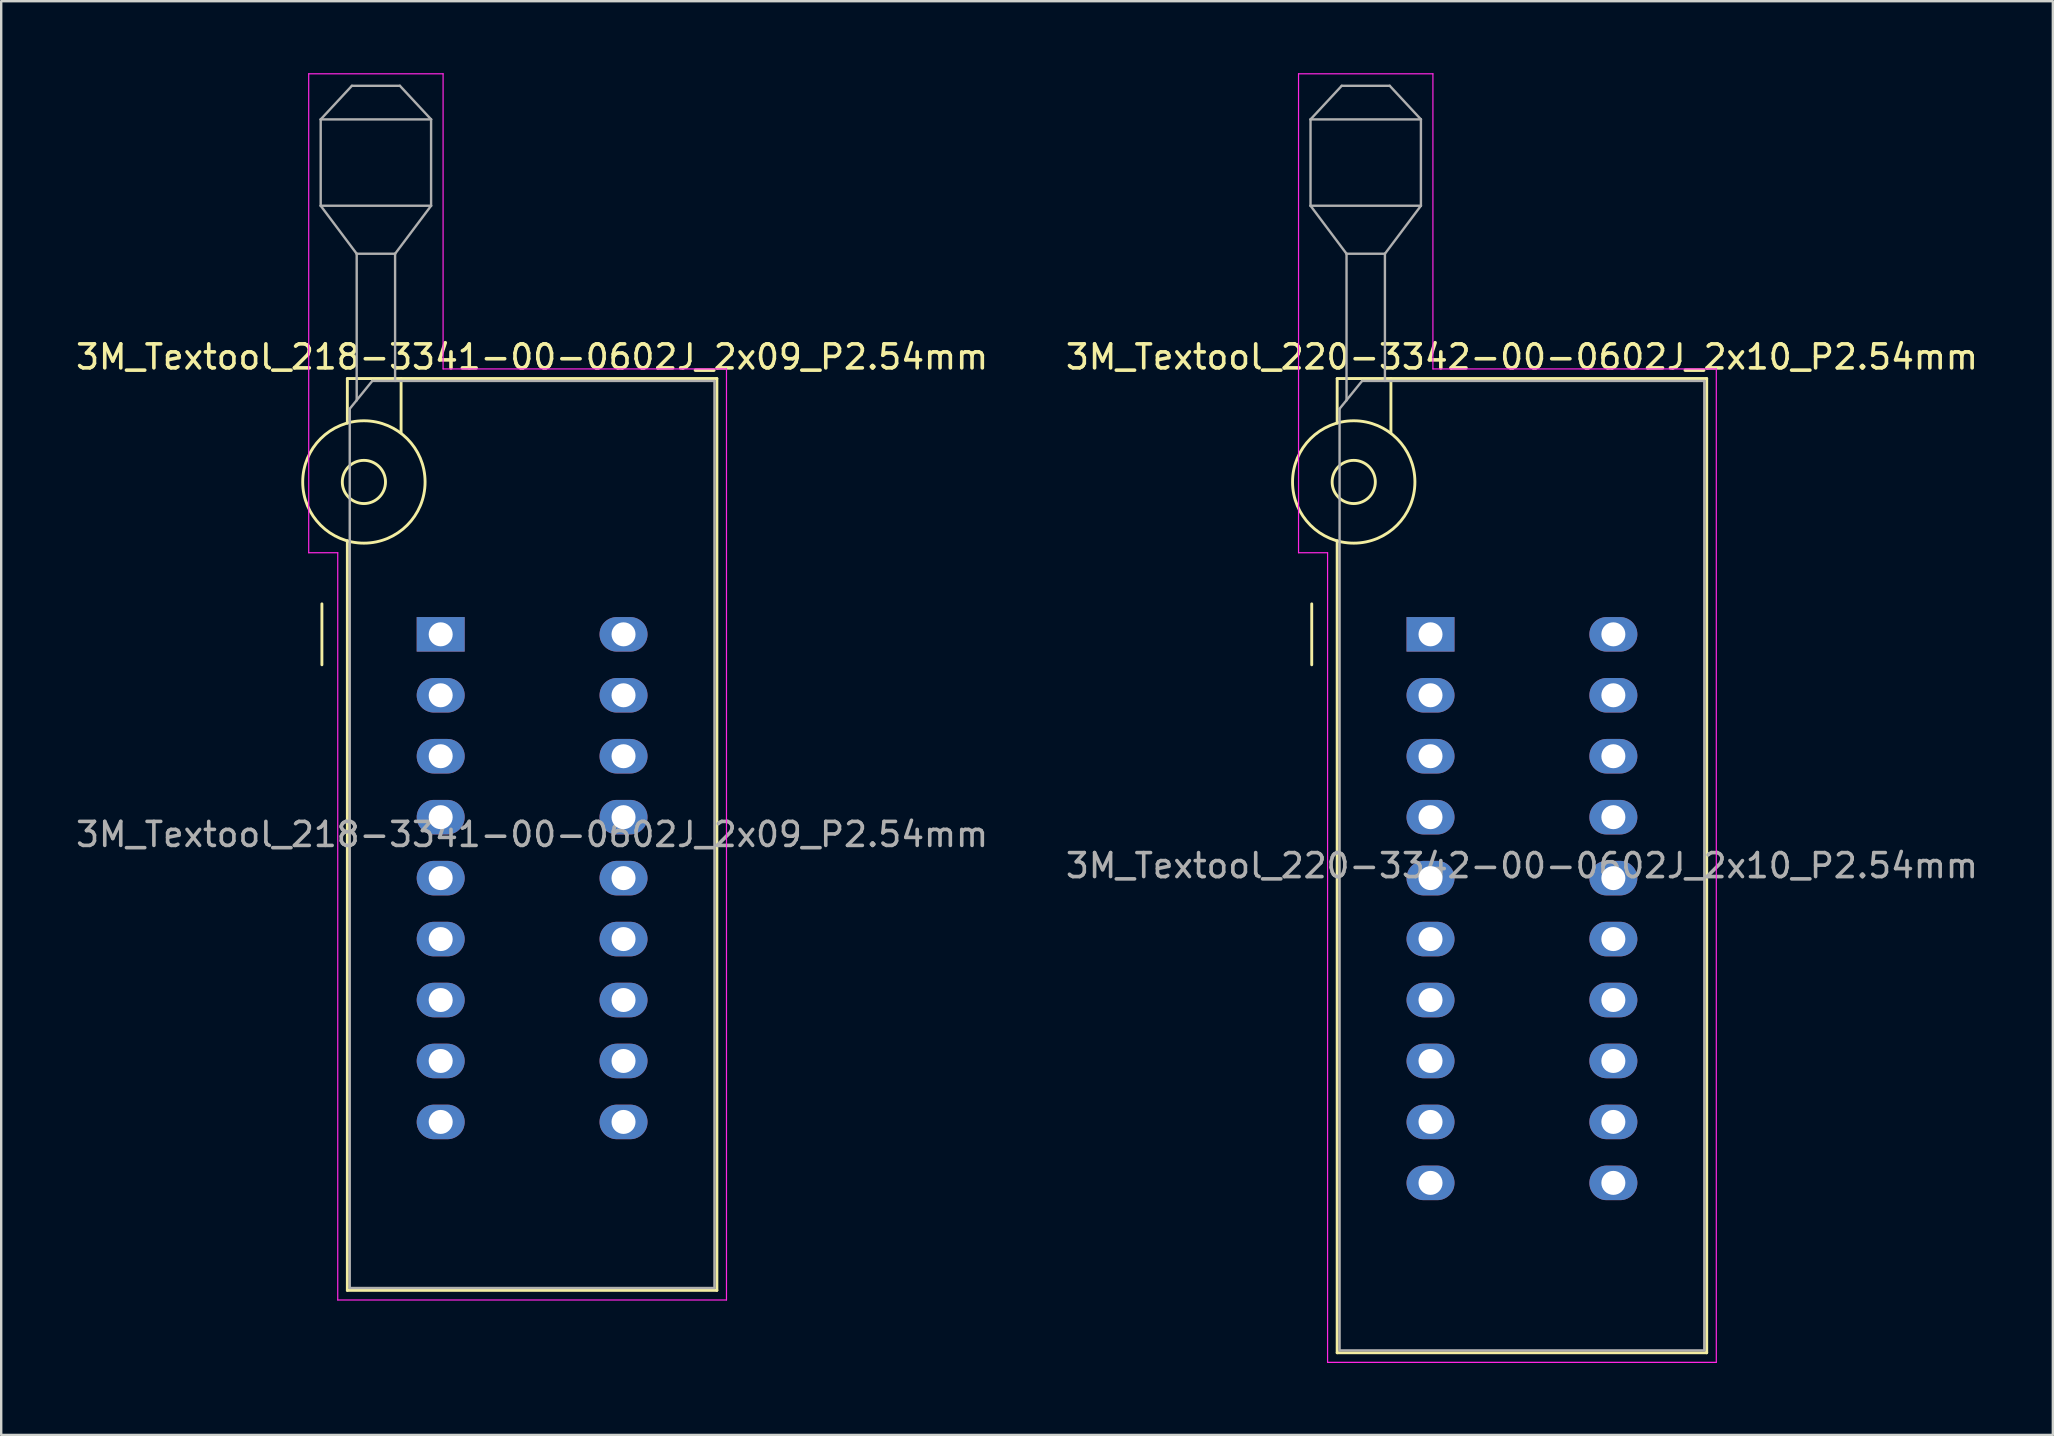
<source format=kicad_pcb>
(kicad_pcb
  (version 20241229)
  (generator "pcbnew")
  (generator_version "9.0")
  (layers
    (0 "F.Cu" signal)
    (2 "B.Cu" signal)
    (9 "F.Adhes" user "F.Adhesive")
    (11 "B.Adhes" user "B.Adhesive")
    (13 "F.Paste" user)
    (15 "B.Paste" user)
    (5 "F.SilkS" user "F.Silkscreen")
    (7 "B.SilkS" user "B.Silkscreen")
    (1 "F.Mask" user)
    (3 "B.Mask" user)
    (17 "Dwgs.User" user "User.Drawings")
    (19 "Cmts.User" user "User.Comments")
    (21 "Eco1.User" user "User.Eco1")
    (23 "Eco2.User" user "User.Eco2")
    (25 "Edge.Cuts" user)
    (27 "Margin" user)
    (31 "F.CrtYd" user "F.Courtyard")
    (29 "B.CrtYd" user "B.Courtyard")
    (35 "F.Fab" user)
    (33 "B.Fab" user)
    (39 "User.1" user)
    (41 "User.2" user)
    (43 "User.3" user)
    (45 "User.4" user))
  (footprint "3M_Textool_220-3342-00-0602J_2x10_P2.54mm"
    (layer "F.Cu")
    (at 56.565 23.385)
    (property "Reference" "3M_Textool_220-3342-00-0602J_2x10_P2.54mm" (at 3.81 -11.56 0) (layer "F.SilkS") (effects (font (size 1 1) (thickness 0.15))))
    (attr through_hole)
    (fp_line (start -4.95 1.27) (end -4.95 -1.27) (stroke (width 0.12) (type solid)) (layer "F.SilkS"))
    (fp_line (start -3.89 -10.66) (end -3.89 -8.8) (stroke (width 0.12) (type solid)) (layer "F.SilkS"))
    (fp_line (start -3.89 -3.9) (end -3.89 29.94) (stroke (width 0.12) (type solid)) (layer "F.SilkS"))
    (fp_line (start -3.89 29.94) (end 11.51 29.94) (stroke (width 0.12) (type solid)) (layer "F.SilkS"))
    (fp_line (start -1.65 -10.66) (end -1.65 -8.4) (stroke (width 0.12) (type solid)) (layer "F.SilkS"))
    (fp_line (start 11.51 -10.66) (end -3.89 -10.66) (stroke (width 0.12) (type solid)) (layer "F.SilkS"))
    (fp_line (start 11.51 29.94) (end 11.51 -10.66) (stroke (width 0.12) (type solid)) (layer "F.SilkS"))
    (fp_circle (center -3.2 -6.35) (end -2.3 -6.35) (stroke (width 0.12) (type solid)) (fill no) (layer "F.SilkS"))
    (fp_circle (center -3.2 -6.35) (end -0.65 -6.35) (stroke (width 0.12) (type solid)) (fill no) (layer "F.SilkS"))
    (fp_line (start -5.5 -23.36) (end 0.1 -23.36) (stroke (width 0.05) (type solid)) (layer "F.CrtYd"))
    (fp_line (start -5.5 -3.4) (end -5.5 -23.36) (stroke (width 0.05) (type solid)) (layer "F.CrtYd"))
    (fp_line (start -4.29 -3.4) (end -5.5 -3.4) (stroke (width 0.05) (type solid)) (layer "F.CrtYd"))
    (fp_line (start -4.29 30.34) (end -4.29 -3.4) (stroke (width 0.05) (type solid)) (layer "F.CrtYd"))
    (fp_line (start 0.1 -23.36) (end 0.1 -11.06) (stroke (width 0.05) (type solid)) (layer "F.CrtYd"))
    (fp_line (start 0.1 -11.06) (end 11.91 -11.06) (stroke (width 0.05) (type solid)) (layer "F.CrtYd"))
    (fp_line (start 11.91 -11.06) (end 11.91 30.34) (stroke (width 0.05) (type solid)) (layer "F.CrtYd"))
    (fp_line (start 11.91 30.34) (end -4.29 30.34) (stroke (width 0.05) (type solid)) (layer "F.CrtYd"))
    (fp_line (start -5 -21.46) (end -5 -17.86) (stroke (width 0.1) (type solid)) (layer "F.Fab"))
    (fp_line (start -5 -21.46) (end -3.7 -22.86) (stroke (width 0.1) (type solid)) (layer "F.Fab"))
    (fp_line (start -5 -17.86) (end -3.5 -15.86) (stroke (width 0.1) (type solid)) (layer "F.Fab"))
    (fp_line (start -5 -17.86) (end -0.4 -17.86) (stroke (width 0.1) (type solid)) (layer "F.Fab"))
    (fp_line (start -3.79 -9.4) (end -2.85 -10.56) (stroke (width 0.1) (type solid)) (layer "F.Fab"))
    (fp_line (start -3.79 29.84) (end -3.79 -9.4) (stroke (width 0.1) (type solid)) (layer "F.Fab"))
    (fp_line (start -3.7 -22.86) (end -1.7 -22.86) (stroke (width 0.1) (type solid)) (layer "F.Fab"))
    (fp_line (start -3.5 -15.86) (end -1.9 -15.86) (stroke (width 0.1) (type solid)) (layer "F.Fab"))
    (fp_line (start -3.5 -9.75) (end -3.5 -15.86) (stroke (width 0.1) (type solid)) (layer "F.Fab"))
    (fp_line (start -2.85 -10.56) (end 11.41 -10.56) (stroke (width 0.1) (type solid)) (layer "F.Fab"))
    (fp_line (start -1.9 -15.86) (end -1.9 -10.56) (stroke (width 0.1) (type solid)) (layer "F.Fab"))
    (fp_line (start -1.7 -22.86) (end -0.4 -21.46) (stroke (width 0.1) (type solid)) (layer "F.Fab"))
    (fp_line (start -0.4 -21.46) (end -5 -21.46) (stroke (width 0.1) (type solid)) (layer "F.Fab"))
    (fp_line (start -0.4 -17.86) (end -1.9 -15.86) (stroke (width 0.1) (type solid)) (layer "F.Fab"))
    (fp_line (start -0.4 -17.86) (end -0.4 -21.46) (stroke (width 0.1) (type solid)) (layer "F.Fab"))
    (fp_line (start 11.41 -10.56) (end 11.41 29.84) (stroke (width 0.1) (type solid)) (layer "F.Fab"))
    (fp_line (start 11.41 29.84) (end -3.79 29.84) (stroke (width 0.1) (type solid)) (layer "F.Fab"))
    (fp_text user "${REFERENCE}" (at 3.81 9.64 0) (layer "F.Fab") (effects (font (size 1 1) (thickness 0.15))))
    (pad "1" thru_hole rect (at 0 0) (size 2 1.44) (drill 1) (layers "*.Cu" "*.Mask"))
    (pad "2" thru_hole oval (at 0 2.54) (size 2 1.44) (drill 1) (layers "*.Cu" "*.Mask"))
    (pad "3" thru_hole oval (at 0 5.08) (size 2 1.44) (drill 1) (layers "*.Cu" "*.Mask"))
    (pad "4" thru_hole oval (at 0 7.62) (size 2 1.44) (drill 1) (layers "*.Cu" "*.Mask"))
    (pad "5" thru_hole oval (at 0 10.16) (size 2 1.44) (drill 1) (layers "*.Cu" "*.Mask"))
    (pad "6" thru_hole oval (at 0 12.7) (size 2 1.44) (drill 1) (layers "*.Cu" "*.Mask"))
    (pad "7" thru_hole oval (at 0 15.24) (size 2 1.44) (drill 1) (layers "*.Cu" "*.Mask"))
    (pad "8" thru_hole oval (at 0 17.78) (size 2 1.44) (drill 1) (layers "*.Cu" "*.Mask"))
    (pad "9" thru_hole oval (at 0 20.32) (size 2 1.44) (drill 1) (layers "*.Cu" "*.Mask"))
    (pad "10" thru_hole oval (at 0 22.86) (size 2 1.44) (drill 1) (layers "*.Cu" "*.Mask"))
    (pad "11" thru_hole oval (at 7.62 22.86) (size 2 1.44) (drill 1) (layers "*.Cu" "*.Mask"))
    (pad "12" thru_hole oval (at 7.62 20.32) (size 2 1.44) (drill 1) (layers "*.Cu" "*.Mask"))
    (pad "13" thru_hole oval (at 7.62 17.78) (size 2 1.44) (drill 1) (layers "*.Cu" "*.Mask"))
    (pad "14" thru_hole oval (at 7.62 15.24) (size 2 1.44) (drill 1) (layers "*.Cu" "*.Mask"))
    (pad "15" thru_hole oval (at 7.62 12.7) (size 2 1.44) (drill 1) (layers "*.Cu" "*.Mask"))
    (pad "16" thru_hole oval (at 7.62 10.16) (size 2 1.44) (drill 1) (layers "*.Cu" "*.Mask"))
    (pad "17" thru_hole oval (at 7.62 7.62) (size 2 1.44) (drill 1) (layers "*.Cu" "*.Mask"))
    (pad "18" thru_hole oval (at 7.62 5.08) (size 2 1.44) (drill 1) (layers "*.Cu" "*.Mask"))
    (pad "19" thru_hole oval (at 7.62 2.54) (size 2 1.44) (drill 1) (layers "*.Cu" "*.Mask"))
    (pad "20" thru_hole oval (at 7.62 0) (size 2 1.44) (drill 1) (layers "*.Cu" "*.Mask")))
  (footprint "3M_Textool_218-3341-00-0602J_2x09_P2.54mm"
    (layer "F.Cu")
    (at 15.315 23.385)
    (property "Reference" "3M_Textool_218-3341-00-0602J_2x09_P2.54mm" (at 3.81 -11.56 0) (layer "F.SilkS") (effects (font (size 1 1) (thickness 0.15))))
    (attr through_hole)
    (fp_line (start -4.95 1.27) (end -4.95 -1.27) (stroke (width 0.12) (type solid)) (layer "F.SilkS"))
    (fp_line (start -3.89 -10.66) (end -3.89 -8.8) (stroke (width 0.12) (type solid)) (layer "F.SilkS"))
    (fp_line (start -3.89 -3.9) (end -3.89 27.34) (stroke (width 0.12) (type solid)) (layer "F.SilkS"))
    (fp_line (start -3.89 27.34) (end 11.51 27.34) (stroke (width 0.12) (type solid)) (layer "F.SilkS"))
    (fp_line (start -1.65 -10.66) (end -1.65 -8.4) (stroke (width 0.12) (type solid)) (layer "F.SilkS"))
    (fp_line (start 11.51 -10.66) (end -3.89 -10.66) (stroke (width 0.12) (type solid)) (layer "F.SilkS"))
    (fp_line (start 11.51 27.34) (end 11.51 -10.66) (stroke (width 0.12) (type solid)) (layer "F.SilkS"))
    (fp_circle (center -3.2 -6.35) (end -2.3 -6.35) (stroke (width 0.12) (type solid)) (fill no) (layer "F.SilkS"))
    (fp_circle (center -3.2 -6.35) (end -0.65 -6.35) (stroke (width 0.12) (type solid)) (fill no) (layer "F.SilkS"))
    (fp_line (start -5.5 -23.36) (end 0.1 -23.36) (stroke (width 0.05) (type solid)) (layer "F.CrtYd"))
    (fp_line (start -5.5 -3.4) (end -5.5 -23.36) (stroke (width 0.05) (type solid)) (layer "F.CrtYd"))
    (fp_line (start -4.29 -3.4) (end -5.5 -3.4) (stroke (width 0.05) (type solid)) (layer "F.CrtYd"))
    (fp_line (start -4.29 27.74) (end -4.29 -3.4) (stroke (width 0.05) (type solid)) (layer "F.CrtYd"))
    (fp_line (start 0.1 -23.36) (end 0.1 -11.06) (stroke (width 0.05) (type solid)) (layer "F.CrtYd"))
    (fp_line (start 0.1 -11.06) (end 11.91 -11.06) (stroke (width 0.05) (type solid)) (layer "F.CrtYd"))
    (fp_line (start 11.91 -11.06) (end 11.91 27.74) (stroke (width 0.05) (type solid)) (layer "F.CrtYd"))
    (fp_line (start 11.91 27.74) (end -4.29 27.74) (stroke (width 0.05) (type solid)) (layer "F.CrtYd"))
    (fp_line (start -5 -21.46) (end -5 -17.86) (stroke (width 0.1) (type solid)) (layer "F.Fab"))
    (fp_line (start -5 -21.46) (end -3.7 -22.86) (stroke (width 0.1) (type solid)) (layer "F.Fab"))
    (fp_line (start -5 -17.86) (end -3.5 -15.86) (stroke (width 0.1) (type solid)) (layer "F.Fab"))
    (fp_line (start -5 -17.86) (end -0.4 -17.86) (stroke (width 0.1) (type solid)) (layer "F.Fab"))
    (fp_line (start -3.79 -9.4) (end -2.85 -10.56) (stroke (width 0.1) (type solid)) (layer "F.Fab"))
    (fp_line (start -3.79 27.24) (end -3.79 -9.4) (stroke (width 0.1) (type solid)) (layer "F.Fab"))
    (fp_line (start -3.7 -22.86) (end -1.7 -22.86) (stroke (width 0.1) (type solid)) (layer "F.Fab"))
    (fp_line (start -3.5 -15.86) (end -1.9 -15.86) (stroke (width 0.1) (type solid)) (layer "F.Fab"))
    (fp_line (start -3.5 -9.75) (end -3.5 -15.86) (stroke (width 0.1) (type solid)) (layer "F.Fab"))
    (fp_line (start -2.85 -10.56) (end 11.41 -10.56) (stroke (width 0.1) (type solid)) (layer "F.Fab"))
    (fp_line (start -1.9 -15.86) (end -1.9 -10.56) (stroke (width 0.1) (type solid)) (layer "F.Fab"))
    (fp_line (start -1.7 -22.86) (end -0.4 -21.46) (stroke (width 0.1) (type solid)) (layer "F.Fab"))
    (fp_line (start -0.4 -21.46) (end -5 -21.46) (stroke (width 0.1) (type solid)) (layer "F.Fab"))
    (fp_line (start -0.4 -17.86) (end -1.9 -15.86) (stroke (width 0.1) (type solid)) (layer "F.Fab"))
    (fp_line (start -0.4 -17.86) (end -0.4 -21.46) (stroke (width 0.1) (type solid)) (layer "F.Fab"))
    (fp_line (start 11.41 -10.56) (end 11.41 27.24) (stroke (width 0.1) (type solid)) (layer "F.Fab"))
    (fp_line (start 11.41 27.24) (end -3.79 27.24) (stroke (width 0.1) (type solid)) (layer "F.Fab"))
    (fp_text user "${REFERENCE}" (at 3.81 8.34 0) (layer "F.Fab") (effects (font (size 1 1) (thickness 0.15))))
    (pad "1" thru_hole rect (at 0 0) (size 2 1.44) (drill 1) (layers "*.Cu" "*.Mask"))
    (pad "2" thru_hole oval (at 0 2.54) (size 2 1.44) (drill 1) (layers "*.Cu" "*.Mask"))
    (pad "3" thru_hole oval (at 0 5.08) (size 2 1.44) (drill 1) (layers "*.Cu" "*.Mask"))
    (pad "4" thru_hole oval (at 0 7.62) (size 2 1.44) (drill 1) (layers "*.Cu" "*.Mask"))
    (pad "5" thru_hole oval (at 0 10.16) (size 2 1.44) (drill 1) (layers "*.Cu" "*.Mask"))
    (pad "6" thru_hole oval (at 0 12.7) (size 2 1.44) (drill 1) (layers "*.Cu" "*.Mask"))
    (pad "7" thru_hole oval (at 0 15.24) (size 2 1.44) (drill 1) (layers "*.Cu" "*.Mask"))
    (pad "8" thru_hole oval (at 0 17.78) (size 2 1.44) (drill 1) (layers "*.Cu" "*.Mask"))
    (pad "9" thru_hole oval (at 0 20.32) (size 2 1.44) (drill 1) (layers "*.Cu" "*.Mask"))
    (pad "10" thru_hole oval (at 7.62 20.32) (size 2 1.44) (drill 1) (layers "*.Cu" "*.Mask"))
    (pad "11" thru_hole oval (at 7.62 17.78) (size 2 1.44) (drill 1) (layers "*.Cu" "*.Mask"))
    (pad "12" thru_hole oval (at 7.62 15.24) (size 2 1.44) (drill 1) (layers "*.Cu" "*.Mask"))
    (pad "13" thru_hole oval (at 7.62 12.7) (size 2 1.44) (drill 1) (layers "*.Cu" "*.Mask"))
    (pad "14" thru_hole oval (at 7.62 10.16) (size 2 1.44) (drill 1) (layers "*.Cu" "*.Mask"))
    (pad "15" thru_hole oval (at 7.62 7.62) (size 2 1.44) (drill 1) (layers "*.Cu" "*.Mask"))
    (pad "16" thru_hole oval (at 7.62 5.08) (size 2 1.44) (drill 1) (layers "*.Cu" "*.Mask"))
    (pad "17" thru_hole oval (at 7.62 2.54) (size 2 1.44) (drill 1) (layers "*.Cu" "*.Mask"))
    (pad "18" thru_hole oval (at 7.62 0) (size 2 1.44) (drill 1) (layers "*.Cu" "*.Mask")))
  (gr_rect
    (start -3 -3)
    (end 82.5 56.75)
    (stroke (width 0.1) (type default))
    (fill no)
    (layer "Edge.Cuts")))
</source>
